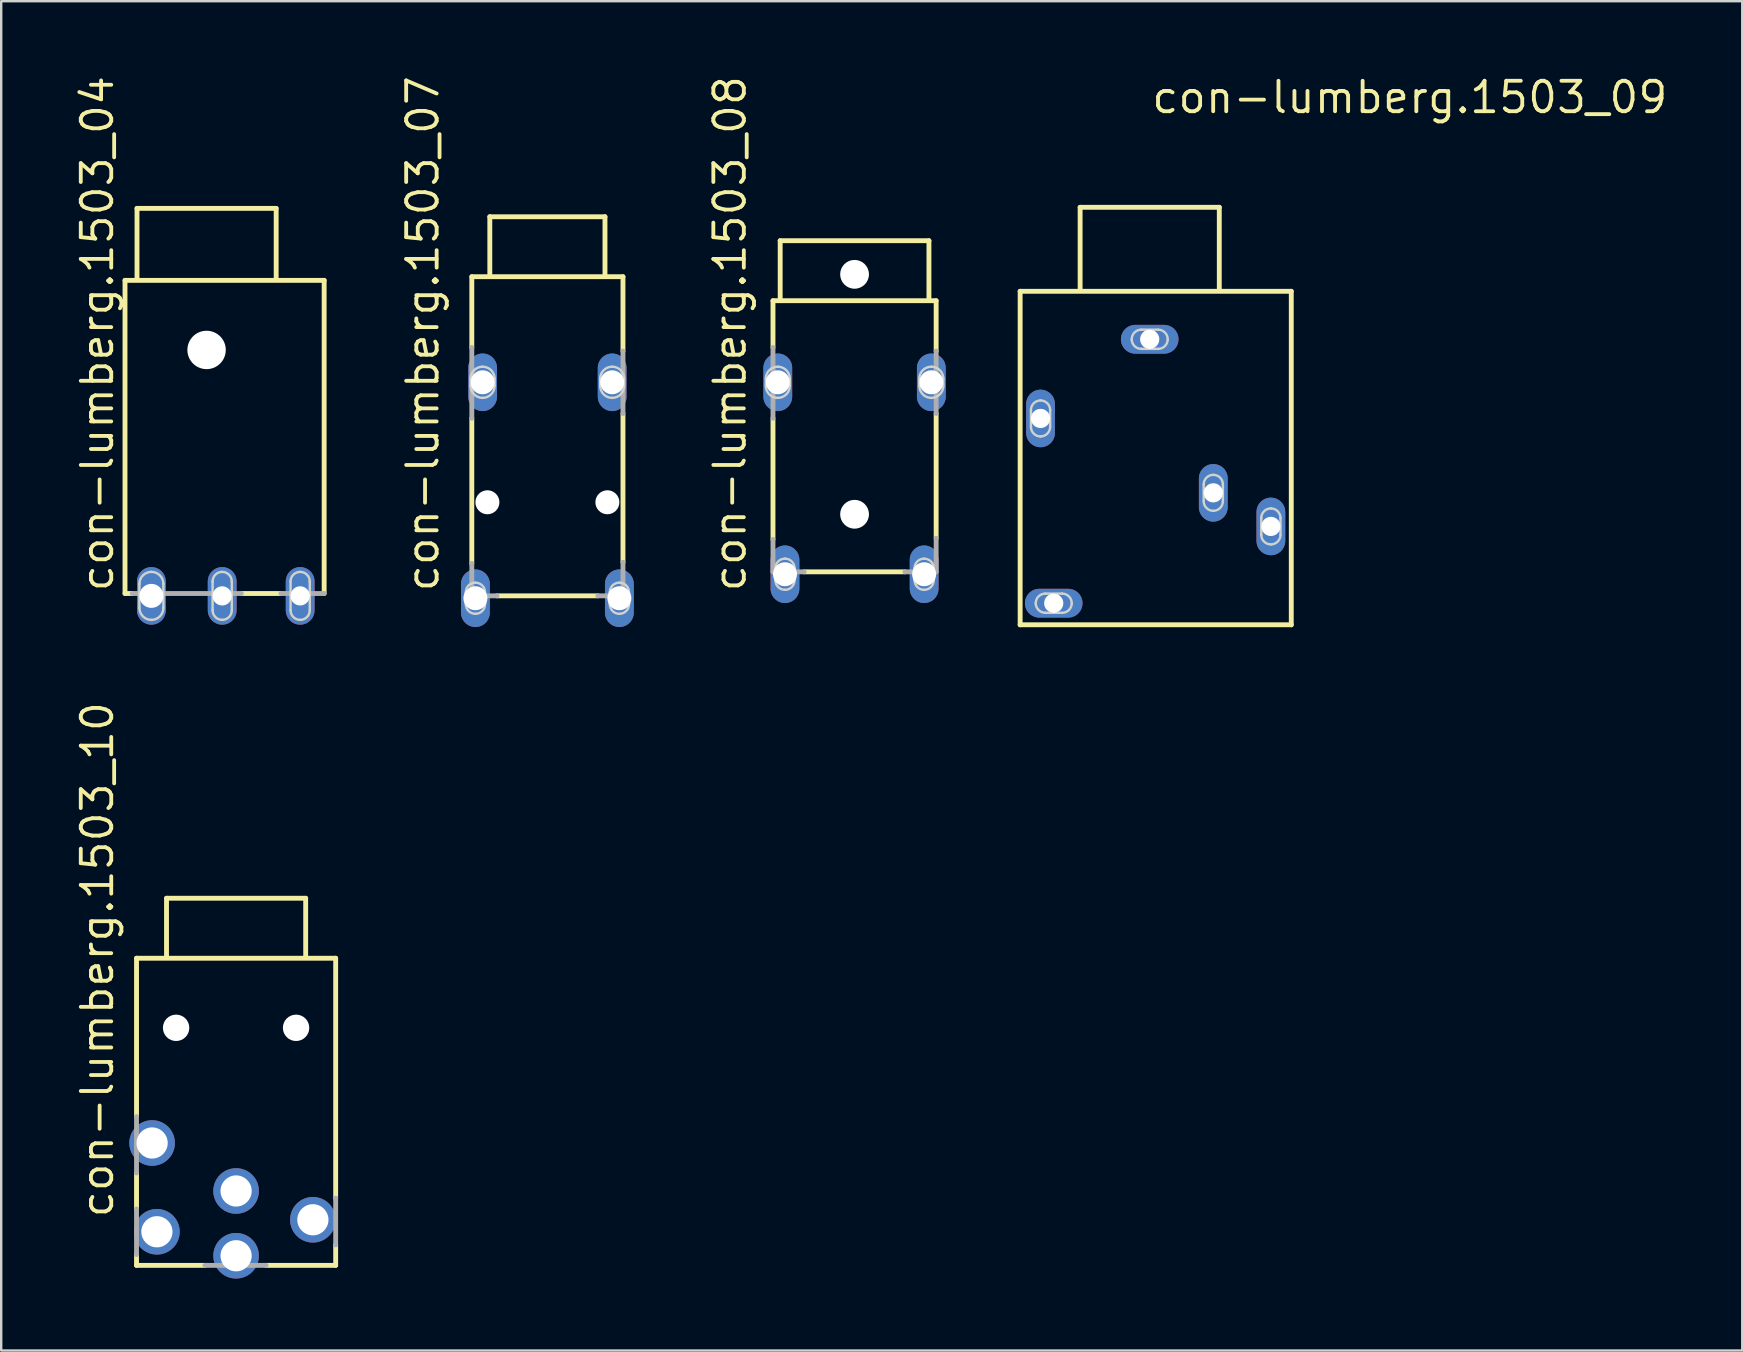
<source format=kicad_pcb>
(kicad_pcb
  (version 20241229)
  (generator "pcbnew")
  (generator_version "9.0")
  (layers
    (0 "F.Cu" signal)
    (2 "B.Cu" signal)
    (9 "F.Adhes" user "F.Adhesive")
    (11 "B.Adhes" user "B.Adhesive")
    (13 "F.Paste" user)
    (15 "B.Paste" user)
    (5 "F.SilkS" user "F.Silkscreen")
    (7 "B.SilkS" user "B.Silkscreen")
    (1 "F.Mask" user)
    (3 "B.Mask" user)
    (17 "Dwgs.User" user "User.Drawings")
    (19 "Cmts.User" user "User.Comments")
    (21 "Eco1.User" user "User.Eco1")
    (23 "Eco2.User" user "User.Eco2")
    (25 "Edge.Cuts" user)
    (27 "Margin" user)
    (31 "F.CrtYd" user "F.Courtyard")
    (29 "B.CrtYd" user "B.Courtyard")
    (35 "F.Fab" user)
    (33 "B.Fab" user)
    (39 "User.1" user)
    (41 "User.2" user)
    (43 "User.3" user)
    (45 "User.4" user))
  (footprint "con-lumberg.1503_09"
    (layer "F.Cu")
    (at 44.867 8.99)
    (property "Reference" "con-lumberg.1503_09" (at 0 -7.24 0) (layer "F.SilkS") (effects (font (size 1.27 1.27) (thickness 0.16)) (justify left bottom)))
    (attr through_hole)
    (fp_line (start -5.4 0.1) (end 5.9 0.1) (stroke (width 0.203) (type default)) (layer "F.SilkS"))
    (fp_line (start -5.4 14) (end -5.4 0.1) (stroke (width 0.203) (type default)) (layer "F.SilkS"))
    (fp_line (start -2.9 -3.4) (end 2.9 -3.4) (stroke (width 0.203) (type default)) (layer "F.SilkS"))
    (fp_line (start -2.9 0) (end -2.9 -3.4) (stroke (width 0.203) (type default)) (layer "F.SilkS"))
    (fp_line (start 2.9 -3.4) (end 2.9 0) (stroke (width 0.203) (type default)) (layer "F.SilkS"))
    (fp_line (start 5.9 0.1) (end 5.9 14) (stroke (width 0.203) (type default)) (layer "F.SilkS"))
    (fp_line (start 5.9 14) (end -5.4 14) (stroke (width 0.203) (type default)) (layer "F.SilkS"))
    (fp_line (start -4.95 5.05) (end -4.95 5.75) (stroke (width 0.1) (type default)) (layer "Edge.Cuts"))
    (fp_line (start -4.35 13.5) (end -3.65 13.5) (stroke (width 0.1) (type default)) (layer "Edge.Cuts"))
    (fp_line (start -4.15 5.75) (end -4.15 5.05) (stroke (width 0.1) (type default)) (layer "Edge.Cuts"))
    (fp_line (start -3.65 12.7) (end -4.35 12.7) (stroke (width 0.1) (type default)) (layer "Edge.Cuts"))
    (fp_line (start -0.35 2.5) (end 0.35 2.5) (stroke (width 0.1) (type default)) (layer "Edge.Cuts"))
    (fp_line (start 0.35 1.7) (end -0.35 1.7) (stroke (width 0.1) (type default)) (layer "Edge.Cuts"))
    (fp_line (start 2.25 8.15) (end 2.25 8.85) (stroke (width 0.1) (type default)) (layer "Edge.Cuts"))
    (fp_line (start 3.05 8.85) (end 3.05 8.15) (stroke (width 0.1) (type default)) (layer "Edge.Cuts"))
    (fp_line (start 4.65 9.55) (end 4.65 10.25) (stroke (width 0.1) (type default)) (layer "Edge.Cuts"))
    (fp_line (start 5.45 10.25) (end 5.45 9.55) (stroke (width 0.1) (type default)) (layer "Edge.Cuts"))
    (fp_arc (start -4.95 5.05) (mid -4.832843 4.767157) (end -4.55 4.65) (stroke (width 0.1) (type default)) (layer "Edge.Cuts"))
    (fp_arc (start -4.75 13.1) (mid -4.632843 12.817157) (end -4.35 12.7) (stroke (width 0.1) (type default)) (layer "Edge.Cuts"))
    (fp_arc (start -4.55 4.65) (mid -4.267157 4.767157) (end -4.15 5.05) (stroke (width 0.1) (type default)) (layer "Edge.Cuts"))
    (fp_arc (start -4.55 6.15) (mid -4.832843 6.032843) (end -4.95 5.75) (stroke (width 0.1) (type default)) (layer "Edge.Cuts"))
    (fp_arc (start -4.35 13.5) (mid -4.632843 13.382843) (end -4.75 13.1) (stroke (width 0.1) (type default)) (layer "Edge.Cuts"))
    (fp_arc (start -4.15 5.75) (mid -4.267157 6.032843) (end -4.55 6.15) (stroke (width 0.1) (type default)) (layer "Edge.Cuts"))
    (fp_arc (start -3.65 12.7) (mid -3.367157 12.817157) (end -3.25 13.1) (stroke (width 0.1) (type default)) (layer "Edge.Cuts"))
    (fp_arc (start -3.25 13.1) (mid -3.367157 13.382843) (end -3.65 13.5) (stroke (width 0.1) (type default)) (layer "Edge.Cuts"))
    (fp_arc (start -0.75 2.1) (mid -0.632843 1.817157) (end -0.35 1.7) (stroke (width 0.1) (type default)) (layer "Edge.Cuts"))
    (fp_arc (start -0.35 2.5) (mid -0.632843 2.382843) (end -0.75 2.1) (stroke (width 0.1) (type default)) (layer "Edge.Cuts"))
    (fp_arc (start 0.35 1.7) (mid 0.632843 1.817157) (end 0.75 2.1) (stroke (width 0.1) (type default)) (layer "Edge.Cuts"))
    (fp_arc (start 0.75 2.1) (mid 0.632843 2.382843) (end 0.35 2.5) (stroke (width 0.1) (type default)) (layer "Edge.Cuts"))
    (fp_arc (start 2.25 8.15) (mid 2.367157 7.867157) (end 2.65 7.75) (stroke (width 0.1) (type default)) (layer "Edge.Cuts"))
    (fp_arc (start 2.65 7.75) (mid 2.932843 7.867157) (end 3.05 8.15) (stroke (width 0.1) (type default)) (layer "Edge.Cuts"))
    (fp_arc (start 2.65 9.25) (mid 2.367157 9.132843) (end 2.25 8.85) (stroke (width 0.1) (type default)) (layer "Edge.Cuts"))
    (fp_arc (start 3.05 8.85) (mid 2.932843 9.132843) (end 2.65 9.25) (stroke (width 0.1) (type default)) (layer "Edge.Cuts"))
    (fp_arc (start 4.65 9.55) (mid 4.767157 9.267157) (end 5.05 9.15) (stroke (width 0.1) (type default)) (layer "Edge.Cuts"))
    (fp_arc (start 5.05 9.15) (mid 5.332843 9.267157) (end 5.45 9.55) (stroke (width 0.1) (type default)) (layer "Edge.Cuts"))
    (fp_arc (start 5.05 10.65) (mid 4.767157 10.532843) (end 4.65 10.25) (stroke (width 0.1) (type default)) (layer "Edge.Cuts"))
    (fp_arc (start 5.45 10.25) (mid 5.332843 10.532843) (end 5.05 10.65) (stroke (width 0.1) (type default)) (layer "Edge.Cuts"))
    (pad "1" thru_hole oval (at 0 2.1) (size 2.4 1.2) (drill 0.8) (layers "*.Cu" "*.Mask"))
    (pad "2" thru_hole oval (at -4.55 5.4 90) (size 2.4 1.2) (drill 0.8) (layers "*.Cu" "*.Mask"))
    (pad "3" thru_hole oval (at 5.05 9.9 90) (size 2.4 1.2) (drill 0.8) (layers "*.Cu" "*.Mask"))
    (pad "4" thru_hole oval (at -4 13.1) (size 2.4 1.2) (drill 0.8) (layers "*.Cu" "*.Mask"))
    (pad "5" thru_hole oval (at 2.65 8.5 90) (size 2.4 1.2) (drill 0.8) (layers "*.Cu" "*.Mask")))
  (footprint "con-lumberg.1503_07"
    (layer "F.Cu")
    (at 19.764 10.883)
    (property "Reference" "con-lumberg.1503_07" (at -4.452 10.812 90) (layer "F.SilkS") (effects (font (size 1.27 1.27) (thickness 0.16)) (justify left bottom)))
    (attr through_hole)
    (fp_line (start -3.15 -2.4) (end 3.15 -2.4) (stroke (width 0.203) (type default)) (layer "F.SilkS"))
    (fp_line (start -3.15 0.55) (end -3.15 -2.4) (stroke (width 0.203) (type default)) (layer "F.SilkS"))
    (fp_line (start -3.15 9.55) (end -3.15 3.5) (stroke (width 0.203) (type default)) (layer "F.SilkS"))
    (fp_line (start -2.4 -4.9) (end 2.4 -4.9) (stroke (width 0.203) (type default)) (layer "F.SilkS"))
    (fp_line (start -2.4 -2.5) (end -2.4 -4.9) (stroke (width 0.203) (type default)) (layer "F.SilkS"))
    (fp_line (start 2.1 10.9) (end -2.1 10.9) (stroke (width 0.203) (type default)) (layer "F.SilkS"))
    (fp_line (start 2.4 -2.5) (end 2.4 -4.9) (stroke (width 0.203) (type default)) (layer "F.SilkS"))
    (fp_line (start 3.15 -2.4) (end 3.15 0.7) (stroke (width 0.203) (type default)) (layer "F.SilkS"))
    (fp_line (start 3.15 3.3) (end 3.15 9.5) (stroke (width 0.203) (type default)) (layer "F.SilkS"))
    (fp_line (start -3.4 11.25) (end -3.4 10.75) (stroke (width 0.1) (type default)) (layer "Edge.Cuts"))
    (fp_line (start -3.2 2.15) (end -3.2 1.85) (stroke (width 0.1) (type default)) (layer "Edge.Cuts"))
    (fp_line (start -2.6 10.75) (end -2.6 11.25) (stroke (width 0.1) (type default)) (layer "Edge.Cuts"))
    (fp_line (start -2.2 1.85) (end -2.2 2.15) (stroke (width 0.1) (type default)) (layer "Edge.Cuts"))
    (fp_line (start 2.2 2.15) (end 2.2 1.85) (stroke (width 0.1) (type default)) (layer "Edge.Cuts"))
    (fp_line (start 2.6 11.25) (end 2.6 10.75) (stroke (width 0.1) (type default)) (layer "Edge.Cuts"))
    (fp_line (start 3.2 1.85) (end 3.2 2.15) (stroke (width 0.1) (type default)) (layer "Edge.Cuts"))
    (fp_line (start 3.4 10.75) (end 3.4 11.25) (stroke (width 0.1) (type default)) (layer "Edge.Cuts"))
    (fp_arc (start -3.4 10.75) (mid -3.282843 10.467157) (end -3 10.35) (stroke (width 0.1) (type default)) (layer "Edge.Cuts"))
    (fp_arc (start -3.2 1.85) (mid -3.053553 1.496447) (end -2.7 1.35) (stroke (width 0.1) (type default)) (layer "Edge.Cuts"))
    (fp_arc (start -3 10.35) (mid -2.717157 10.467157) (end -2.6 10.75) (stroke (width 0.1) (type default)) (layer "Edge.Cuts"))
    (fp_arc (start -3 11.65) (mid -3.282843 11.532843) (end -3.4 11.25) (stroke (width 0.1) (type default)) (layer "Edge.Cuts"))
    (fp_arc (start -2.7 1.35) (mid -2.346447 1.496447) (end -2.2 1.85) (stroke (width 0.1) (type default)) (layer "Edge.Cuts"))
    (fp_arc (start -2.7 2.65) (mid -3.053553 2.503553) (end -3.2 2.15) (stroke (width 0.1) (type default)) (layer "Edge.Cuts"))
    (fp_arc (start -2.6 11.25) (mid -2.717157 11.532843) (end -3 11.65) (stroke (width 0.1) (type default)) (layer "Edge.Cuts"))
    (fp_arc (start -2.2 2.15) (mid -2.346447 2.503553) (end -2.7 2.65) (stroke (width 0.1) (type default)) (layer "Edge.Cuts"))
    (fp_arc (start 2.2 1.85) (mid 2.346447 1.496447) (end 2.7 1.35) (stroke (width 0.1) (type default)) (layer "Edge.Cuts"))
    (fp_arc (start 2.6 10.75) (mid 2.717157 10.467157) (end 3 10.35) (stroke (width 0.1) (type default)) (layer "Edge.Cuts"))
    (fp_arc (start 2.7 1.35) (mid 3.053553 1.496447) (end 3.2 1.85) (stroke (width 0.1) (type default)) (layer "Edge.Cuts"))
    (fp_arc (start 2.7 2.65) (mid 2.346447 2.503553) (end 2.2 2.15) (stroke (width 0.1) (type default)) (layer "Edge.Cuts"))
    (fp_arc (start 3 10.35) (mid 3.282843 10.467157) (end 3.4 10.75) (stroke (width 0.1) (type default)) (layer "Edge.Cuts"))
    (fp_arc (start 3 11.65) (mid 2.717157 11.532843) (end 2.6 11.25) (stroke (width 0.1) (type default)) (layer "Edge.Cuts"))
    (fp_arc (start 3.2 2.15) (mid 3.053553 2.503553) (end 2.7 2.65) (stroke (width 0.1) (type default)) (layer "Edge.Cuts"))
    (fp_arc (start 3.4 11.25) (mid 3.282843 11.532843) (end 3 11.65) (stroke (width 0.1) (type default)) (layer "Edge.Cuts"))
    (fp_line (start -3.15 3.5) (end -3.15 0.55) (stroke (width 0.203) (type default)) (layer "F.Fab"))
    (fp_line (start -3.15 10.9) (end -3.15 9.55) (stroke (width 0.203) (type default)) (layer "F.Fab"))
    (fp_line (start -2.1 10.9) (end -3.15 10.9) (stroke (width 0.203) (type default)) (layer "F.Fab"))
    (fp_line (start 3.15 0.7) (end 3.15 3.3) (stroke (width 0.203) (type default)) (layer "F.Fab"))
    (fp_line (start 3.15 9.5) (end 3.15 10.9) (stroke (width 0.203) (type default)) (layer "F.Fab"))
    (fp_line (start 3.15 10.9) (end 2.1 10.9) (stroke (width 0.203) (type default)) (layer "F.Fab"))
    (pad "" np_thru_hole circle (at -2.5 7) (size 1 1) (drill 1) (layers "*.Cu" "*.Mask"))
    (pad "" np_thru_hole circle (at 2.5 7) (size 1 1) (drill 1) (layers "*.Cu" "*.Mask"))
    (pad "1" thru_hole oval (at -3 11 90) (size 2.4 1.2) (drill 1) (layers "*.Cu" "*.Mask"))
    (pad "2@1" thru_hole oval (at -2.7 2 90) (size 2.4 1.2) (drill 1) (layers "*.Cu" "*.Mask"))
    (pad "2@2" thru_hole oval (at 2.7 2 90) (size 2.4 1.2) (drill 1) (layers "*.Cu" "*.Mask"))
    (pad "3" thru_hole oval (at 3 11 90) (size 2.4 1.2) (drill 1) (layers "*.Cu" "*.Mask")))
  (footprint "con-lumberg.1503_04"
    (layer "F.Cu")
    (at 5.56 11.535)
    (property "Reference" "con-lumberg.1503_04" (at -3.81 10.16 90) (layer "F.SilkS") (effects (font (size 1.27 1.27) (thickness 0.16)) (justify left bottom)))
    (attr through_hole)
    (fp_line (start -3.4 -2.9) (end 4.9 -2.9) (stroke (width 0.203) (type default)) (layer "F.SilkS"))
    (fp_line (start -3.4 10.15) (end -3.4 -2.9) (stroke (width 0.203) (type default)) (layer "F.SilkS"))
    (fp_line (start -3.1 10.15) (end -3.4 10.15) (stroke (width 0.203) (type default)) (layer "F.SilkS"))
    (fp_line (start -2.9 -5.9) (end 2.9 -5.9) (stroke (width 0.203) (type default)) (layer "F.SilkS"))
    (fp_line (start -2.9 -3) (end -2.9 -5.9) (stroke (width 0.203) (type default)) (layer "F.SilkS"))
    (fp_line (start 2.9 -5.9) (end 2.9 -3) (stroke (width 0.203) (type default)) (layer "F.SilkS"))
    (fp_line (start 3.1 10.15) (end 1.45 10.15) (stroke (width 0.203) (type default)) (layer "F.SilkS"))
    (fp_line (start 4.9 -2.9) (end 4.9 10.15) (stroke (width 0.203) (type default)) (layer "F.SilkS"))
    (fp_line (start -2.8 10.75) (end -2.8 9.75) (stroke (width 0.1) (type default)) (layer "Edge.Cuts"))
    (fp_line (start -1.8 9.75) (end -1.8 10.75) (stroke (width 0.1) (type default)) (layer "Edge.Cuts"))
    (fp_line (start 0.25 10.85) (end 0.25 9.65) (stroke (width 0.1) (type default)) (layer "Edge.Cuts"))
    (fp_line (start 1.05 9.65) (end 1.05 10.85) (stroke (width 0.1) (type default)) (layer "Edge.Cuts"))
    (fp_line (start 3.5 10.85) (end 3.5 9.65) (stroke (width 0.1) (type default)) (layer "Edge.Cuts"))
    (fp_line (start 4.3 9.65) (end 4.3 10.85) (stroke (width 0.1) (type default)) (layer "Edge.Cuts"))
    (fp_arc (start -2.8 9.75) (mid -2.653553 9.396447) (end -2.3 9.25) (stroke (width 0.1) (type default)) (layer "Edge.Cuts"))
    (fp_arc (start -2.3 9.25) (mid -1.946447 9.396447) (end -1.8 9.75) (stroke (width 0.1) (type default)) (layer "Edge.Cuts"))
    (fp_arc (start -2.3 11.25) (mid -2.653553 11.103553) (end -2.8 10.75) (stroke (width 0.1) (type default)) (layer "Edge.Cuts"))
    (fp_arc (start -1.8 10.75) (mid -1.946447 11.103553) (end -2.3 11.25) (stroke (width 0.1) (type default)) (layer "Edge.Cuts"))
    (fp_arc (start 0.25 9.65) (mid 0.367157 9.367157) (end 0.65 9.25) (stroke (width 0.1) (type default)) (layer "Edge.Cuts"))
    (fp_arc (start 0.65 9.25) (mid 0.932843 9.367157) (end 1.05 9.65) (stroke (width 0.1) (type default)) (layer "Edge.Cuts"))
    (fp_arc (start 0.65 11.25) (mid 0.367157 11.132843) (end 0.25 10.85) (stroke (width 0.1) (type default)) (layer "Edge.Cuts"))
    (fp_arc (start 1.05 10.85) (mid 0.932843 11.132843) (end 0.65 11.25) (stroke (width 0.1) (type default)) (layer "Edge.Cuts"))
    (fp_arc (start 3.5 9.65) (mid 3.617157 9.367157) (end 3.9 9.25) (stroke (width 0.1) (type default)) (layer "Edge.Cuts"))
    (fp_arc (start 3.9 9.25) (mid 4.182843 9.367157) (end 4.3 9.65) (stroke (width 0.1) (type default)) (layer "Edge.Cuts"))
    (fp_arc (start 3.9 11.25) (mid 3.617157 11.132843) (end 3.5 10.85) (stroke (width 0.1) (type default)) (layer "Edge.Cuts"))
    (fp_arc (start 4.3 10.85) (mid 4.182843 11.132843) (end 3.9 11.25) (stroke (width 0.1) (type default)) (layer "Edge.Cuts"))
    (fp_line (start 1.45 10.15) (end -3.1 10.15) (stroke (width 0.203) (type default)) (layer "F.Fab"))
    (fp_line (start 4.9 10.15) (end 3.1 10.15) (stroke (width 0.203) (type default)) (layer "F.Fab"))
    (pad "" np_thru_hole circle (at 0 0) (size 1.6 1.6) (drill 1.6) (layers "*.Cu" "*.Mask"))
    (pad "1" thru_hole oval (at 3.9 10.25 90) (size 2.4 1.2) (drill 0.8) (layers "*.Cu" "*.Mask"))
    (pad "2" thru_hole oval (at 0.65 10.25 90) (size 2.4 1.2) (drill 0.8) (layers "*.Cu" "*.Mask"))
    (pad "3" thru_hole oval (at -2.3 10.25 90) (size 2.4 1.2) (drill 1) (layers "*.Cu" "*.Mask")))
  (footprint "con-lumberg.1503_08"
    (layer "F.Cu")
    (at 32.566 12.883)
    (property "Reference" "con-lumberg.1503_08" (at -4.452 8.812 90) (layer "F.SilkS") (effects (font (size 1.27 1.27) (thickness 0.16)) (justify left bottom)))
    (attr through_hole)
    (fp_line (start -3.4 -3.4) (end 3.4 -3.4) (stroke (width 0.203) (type default)) (layer "F.SilkS"))
    (fp_line (start -3.4 -1.45) (end -3.4 -3.4) (stroke (width 0.203) (type default)) (layer "F.SilkS"))
    (fp_line (start -3.4 6.55) (end -3.4 1.5) (stroke (width 0.203) (type default)) (layer "F.SilkS"))
    (fp_line (start -3.1 -5.9) (end 3.1 -5.9) (stroke (width 0.203) (type default)) (layer "F.SilkS"))
    (fp_line (start -3.1 -3.5) (end -3.1 -5.9) (stroke (width 0.203) (type default)) (layer "F.SilkS"))
    (fp_line (start 2.1 7.9) (end -2.1 7.9) (stroke (width 0.203) (type default)) (layer "F.SilkS"))
    (fp_line (start 3.1 -3.5) (end 3.1 -5.9) (stroke (width 0.203) (type default)) (layer "F.SilkS"))
    (fp_line (start 3.4 -3.4) (end 3.4 -1.3) (stroke (width 0.203) (type default)) (layer "F.SilkS"))
    (fp_line (start 3.4 1.3) (end 3.4 6.5) (stroke (width 0.203) (type default)) (layer "F.SilkS"))
    (fp_line (start -3.7 0.15) (end -3.7 -0.15) (stroke (width 0.1) (type default)) (layer "Edge.Cuts"))
    (fp_line (start -3.3 8.25) (end -3.3 7.75) (stroke (width 0.1) (type default)) (layer "Edge.Cuts"))
    (fp_line (start -2.7 -0.15) (end -2.7 0.15) (stroke (width 0.1) (type default)) (layer "Edge.Cuts"))
    (fp_line (start -2.5 7.75) (end -2.5 8.25) (stroke (width 0.1) (type default)) (layer "Edge.Cuts"))
    (fp_line (start 2.5 8.25) (end 2.5 7.75) (stroke (width 0.1) (type default)) (layer "Edge.Cuts"))
    (fp_line (start 2.7 0.15) (end 2.7 -0.15) (stroke (width 0.1) (type default)) (layer "Edge.Cuts"))
    (fp_line (start 3.3 7.75) (end 3.3 8.25) (stroke (width 0.1) (type default)) (layer "Edge.Cuts"))
    (fp_line (start 3.7 -0.15) (end 3.7 0.15) (stroke (width 0.1) (type default)) (layer "Edge.Cuts"))
    (fp_arc (start -3.7 -0.15) (mid -3.553553 -0.503553) (end -3.2 -0.65) (stroke (width 0.1) (type default)) (layer "Edge.Cuts"))
    (fp_arc (start -3.3 7.75) (mid -3.182843 7.467157) (end -2.9 7.35) (stroke (width 0.1) (type default)) (layer "Edge.Cuts"))
    (fp_arc (start -3.2 -0.65) (mid -2.846447 -0.503553) (end -2.7 -0.15) (stroke (width 0.1) (type default)) (layer "Edge.Cuts"))
    (fp_arc (start -3.2 0.65) (mid -3.553553 0.503553) (end -3.7 0.15) (stroke (width 0.1) (type default)) (layer "Edge.Cuts"))
    (fp_arc (start -2.9 7.35) (mid -2.617157 7.467157) (end -2.5 7.75) (stroke (width 0.1) (type default)) (layer "Edge.Cuts"))
    (fp_arc (start -2.9 8.65) (mid -3.182843 8.532843) (end -3.3 8.25) (stroke (width 0.1) (type default)) (layer "Edge.Cuts"))
    (fp_arc (start -2.7 0.15) (mid -2.846447 0.503553) (end -3.2 0.65) (stroke (width 0.1) (type default)) (layer "Edge.Cuts"))
    (fp_arc (start -2.5 8.25) (mid -2.617157 8.532843) (end -2.9 8.65) (stroke (width 0.1) (type default)) (layer "Edge.Cuts"))
    (fp_arc (start 2.5 7.75) (mid 2.617157 7.467157) (end 2.9 7.35) (stroke (width 0.1) (type default)) (layer "Edge.Cuts"))
    (fp_arc (start 2.7 -0.15) (mid 2.846447 -0.503553) (end 3.2 -0.65) (stroke (width 0.1) (type default)) (layer "Edge.Cuts"))
    (fp_arc (start 2.9 7.35) (mid 3.182843 7.467157) (end 3.3 7.75) (stroke (width 0.1) (type default)) (layer "Edge.Cuts"))
    (fp_arc (start 2.9 8.65) (mid 2.617157 8.532843) (end 2.5 8.25) (stroke (width 0.1) (type default)) (layer "Edge.Cuts"))
    (fp_arc (start 3.2 -0.65) (mid 3.553553 -0.503553) (end 3.7 -0.15) (stroke (width 0.1) (type default)) (layer "Edge.Cuts"))
    (fp_arc (start 3.2 0.65) (mid 2.846447 0.503553) (end 2.7 0.15) (stroke (width 0.1) (type default)) (layer "Edge.Cuts"))
    (fp_arc (start 3.3 8.25) (mid 3.182843 8.532843) (end 2.9 8.65) (stroke (width 0.1) (type default)) (layer "Edge.Cuts"))
    (fp_arc (start 3.7 0.15) (mid 3.553553 0.503553) (end 3.2 0.65) (stroke (width 0.1) (type default)) (layer "Edge.Cuts"))
    (fp_line (start -3.4 1.5) (end -3.4 -1.45) (stroke (width 0.203) (type default)) (layer "F.Fab"))
    (fp_line (start -3.4 7.9) (end -3.4 6.55) (stroke (width 0.203) (type default)) (layer "F.Fab"))
    (fp_line (start -2.1 7.9) (end -3.4 7.9) (stroke (width 0.203) (type default)) (layer "F.Fab"))
    (fp_line (start 3.4 -1.3) (end 3.4 1.3) (stroke (width 0.203) (type default)) (layer "F.Fab"))
    (fp_line (start 3.4 6.5) (end 3.4 7.9) (stroke (width 0.203) (type default)) (layer "F.Fab"))
    (fp_line (start 3.4 7.9) (end 2.1 7.9) (stroke (width 0.203) (type default)) (layer "F.Fab"))
    (pad "" np_thru_hole circle (at 0 -4.5) (size 1.2 1.2) (drill 1.2) (layers "*.Cu" "*.Mask"))
    (pad "" np_thru_hole circle (at 0 5.5) (size 1.2 1.2) (drill 1.2) (layers "*.Cu" "*.Mask"))
    (pad "1" thru_hole oval (at -2.9 8 90) (size 2.4 1.2) (drill 1) (layers "*.Cu" "*.Mask"))
    (pad "2@1" thru_hole oval (at -3.2 0 90) (size 2.4 1.2) (drill 1) (layers "*.Cu" "*.Mask"))
    (pad "2@2" thru_hole oval (at 3.2 0 90) (size 2.4 1.2) (drill 1) (layers "*.Cu" "*.Mask"))
    (pad "3" thru_hole oval (at 2.9 8 90) (size 2.4 1.2) (drill 1) (layers "*.Cu" "*.Mask")))
  (footprint "con-lumberg.1503_10"
    (layer "F.Cu")
    (at 6.79 36.787)
    (property "Reference" "con-lumberg.1503_10" (at -5.04 11 90) (layer "F.SilkS") (effects (font (size 1.27 1.27) (thickness 0.16)) (justify left bottom)))
    (attr through_hole)
    (fp_line (start -4.15 0.1) (end 4.15 0.1) (stroke (width 0.203) (type default)) (layer "F.SilkS"))
    (fp_line (start -4.15 6.7) (end -4.15 0.1) (stroke (width 0.203) (type default)) (layer "F.SilkS"))
    (fp_line (start -4.15 10.55) (end -4.15 9.05) (stroke (width 0.203) (type default)) (layer "F.SilkS"))
    (fp_line (start -4.15 12.9) (end -4.15 12.45) (stroke (width 0.203) (type default)) (layer "F.SilkS"))
    (fp_line (start -2.9 -2.4) (end 2.9 -2.4) (stroke (width 0.203) (type default)) (layer "F.SilkS"))
    (fp_line (start -2.9 0) (end -2.9 -2.4) (stroke (width 0.203) (type default)) (layer "F.SilkS"))
    (fp_line (start -1.3 12.9) (end -4.15 12.9) (stroke (width 0.203) (type default)) (layer "F.SilkS"))
    (fp_line (start 2.9 -2.4) (end 2.9 0) (stroke (width 0.203) (type default)) (layer "F.SilkS"))
    (fp_line (start 4.15 0.1) (end 4.15 10.1) (stroke (width 0.203) (type default)) (layer "F.SilkS"))
    (fp_line (start 4.15 12.05) (end 4.15 12.9) (stroke (width 0.203) (type default)) (layer "F.SilkS"))
    (fp_line (start 4.15 12.9) (end 1.25 12.9) (stroke (width 0.203) (type default)) (layer "F.SilkS"))
    (fp_line (start -4.15 9.05) (end -4.15 6.7) (stroke (width 0.203) (type default)) (layer "F.Fab"))
    (fp_line (start -4.15 12.45) (end -4.15 10.55) (stroke (width 0.203) (type default)) (layer "F.Fab"))
    (fp_line (start 1.25 12.9) (end -1.3 12.9) (stroke (width 0.203) (type default)) (layer "F.Fab"))
    (fp_line (start 4.15 10.1) (end 4.15 12.05) (stroke (width 0.203) (type default)) (layer "F.Fab"))
    (pad "" np_thru_hole circle (at -2.5 3) (size 1.1 1.1) (drill 1.1) (layers "*.Cu" "*.Mask"))
    (pad "" np_thru_hole circle (at 2.5 3) (size 1.1 1.1) (drill 1.1) (layers "*.Cu" "*.Mask"))
    (pad "1" thru_hole circle (at -3.5 7.8 180) (size 1.9 1.9) (drill 1.3) (layers "*.Cu" "*.Mask"))
    (pad "2" thru_hole circle (at 0 9.8 180) (size 1.9 1.9) (drill 1.3) (layers "*.Cu" "*.Mask"))
    (pad "3" thru_hole circle (at -3.3 11.5 180) (size 1.9 1.9) (drill 1.3) (layers "*.Cu" "*.Mask"))
    (pad "4" thru_hole circle (at 3.2 11 180) (size 1.9 1.9) (drill 1.3) (layers "*.Cu" "*.Mask"))
    (pad "5" thru_hole circle (at 0 12.5 180) (size 1.9 1.9) (drill 1.3) (layers "*.Cu" "*.Mask")))
  (gr_rect
    (start -3 -3)
    (end 69.562 53.237)
    (stroke (width 0.1) (type default))
    (fill no)
    (layer "Edge.Cuts")))
</source>
